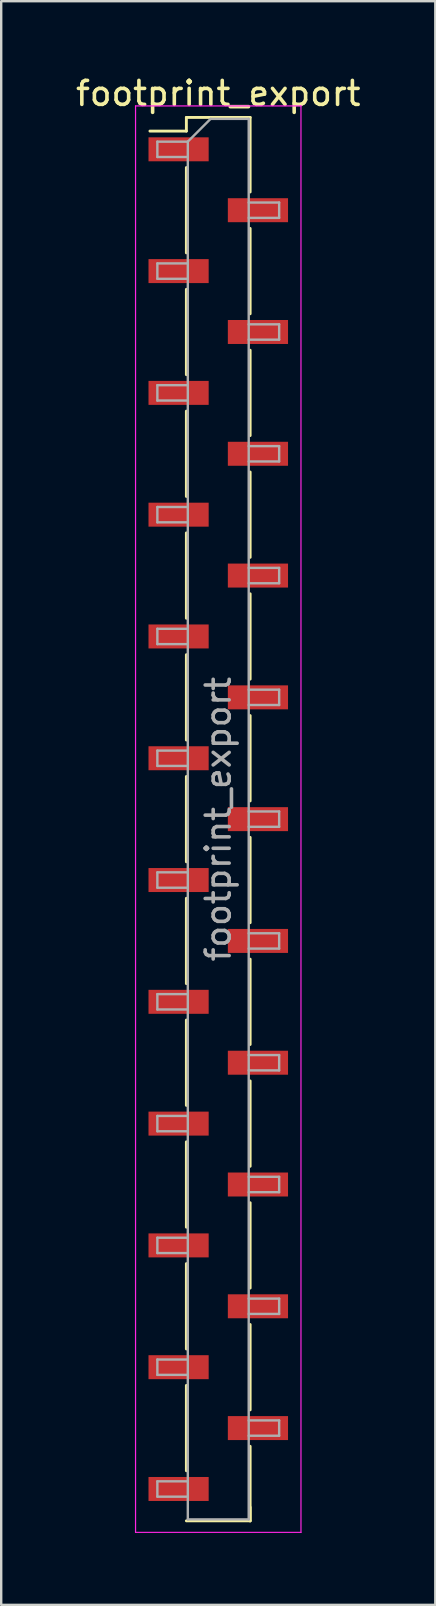
<source format=kicad_pcb>
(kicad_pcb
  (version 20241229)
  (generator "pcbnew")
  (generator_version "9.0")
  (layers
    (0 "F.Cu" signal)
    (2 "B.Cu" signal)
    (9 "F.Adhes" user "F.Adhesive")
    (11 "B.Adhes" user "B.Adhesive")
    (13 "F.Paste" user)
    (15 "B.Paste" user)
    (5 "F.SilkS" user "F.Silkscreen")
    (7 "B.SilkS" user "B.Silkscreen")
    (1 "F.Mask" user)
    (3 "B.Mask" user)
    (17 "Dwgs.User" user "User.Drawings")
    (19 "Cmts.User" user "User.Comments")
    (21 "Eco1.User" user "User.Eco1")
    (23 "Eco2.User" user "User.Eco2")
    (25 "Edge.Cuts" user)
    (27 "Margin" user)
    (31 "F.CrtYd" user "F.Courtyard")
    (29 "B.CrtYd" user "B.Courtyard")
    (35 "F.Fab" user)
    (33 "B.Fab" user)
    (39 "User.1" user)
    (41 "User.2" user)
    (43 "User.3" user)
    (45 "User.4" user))
  (footprint "footprint_export"
    (layer "F.Cu")
    (at 6.054 31.118)
    (property "Reference" "footprint_export" (at 0 -30.27 0) (layer "F.SilkS") (effects (font (size 1 1) (thickness 0.15))))
    (attr smd)
    (fp_line (start -1.33 -29.27) (end -1.33 -28.7) (stroke (width 0.12) (type solid)) (layer "F.SilkS"))
    (fp_line (start -1.33 -29.27) (end 1.33 -29.27) (stroke (width 0.12) (type solid)) (layer "F.SilkS"))
    (fp_line (start -1.33 -28.7) (end -2.85 -28.7) (stroke (width 0.12) (type solid)) (layer "F.SilkS"))
    (fp_line (start -1.33 -27.18) (end -1.33 -23.62) (stroke (width 0.12) (type solid)) (layer "F.SilkS"))
    (fp_line (start -1.33 -22.1) (end -1.33 -18.54) (stroke (width 0.12) (type solid)) (layer "F.SilkS"))
    (fp_line (start -1.33 -17.02) (end -1.33 -13.46) (stroke (width 0.12) (type solid)) (layer "F.SilkS"))
    (fp_line (start -1.33 -11.94) (end -1.33 -8.38) (stroke (width 0.12) (type solid)) (layer "F.SilkS"))
    (fp_line (start -1.33 -6.86) (end -1.33 -3.3) (stroke (width 0.12) (type solid)) (layer "F.SilkS"))
    (fp_line (start -1.33 -1.78) (end -1.33 1.78) (stroke (width 0.12) (type solid)) (layer "F.SilkS"))
    (fp_line (start -1.33 3.3) (end -1.33 6.86) (stroke (width 0.12) (type solid)) (layer "F.SilkS"))
    (fp_line (start -1.33 8.38) (end -1.33 11.94) (stroke (width 0.12) (type solid)) (layer "F.SilkS"))
    (fp_line (start -1.33 13.46) (end -1.33 17.02) (stroke (width 0.12) (type solid)) (layer "F.SilkS"))
    (fp_line (start -1.33 18.54) (end -1.33 22.1) (stroke (width 0.12) (type solid)) (layer "F.SilkS"))
    (fp_line (start -1.33 23.62) (end -1.33 27.18) (stroke (width 0.12) (type solid)) (layer "F.SilkS"))
    (fp_line (start -1.33 29.27) (end 1.33 29.27) (stroke (width 0.12) (type solid)) (layer "F.SilkS"))
    (fp_line (start 1.33 -29.27) (end 1.33 -26.16) (stroke (width 0.12) (type solid)) (layer "F.SilkS"))
    (fp_line (start 1.33 -24.64) (end 1.33 -21.08) (stroke (width 0.12) (type solid)) (layer "F.SilkS"))
    (fp_line (start 1.33 -19.56) (end 1.33 -16) (stroke (width 0.12) (type solid)) (layer "F.SilkS"))
    (fp_line (start 1.33 -14.48) (end 1.33 -10.92) (stroke (width 0.12) (type solid)) (layer "F.SilkS"))
    (fp_line (start 1.33 -9.4) (end 1.33 -5.84) (stroke (width 0.12) (type solid)) (layer "F.SilkS"))
    (fp_line (start 1.33 -4.32) (end 1.33 -0.76) (stroke (width 0.12) (type solid)) (layer "F.SilkS"))
    (fp_line (start 1.33 0.76) (end 1.33 4.32) (stroke (width 0.12) (type solid)) (layer "F.SilkS"))
    (fp_line (start 1.33 5.84) (end 1.33 9.4) (stroke (width 0.12) (type solid)) (layer "F.SilkS"))
    (fp_line (start 1.33 10.92) (end 1.33 14.48) (stroke (width 0.12) (type solid)) (layer "F.SilkS"))
    (fp_line (start 1.33 16) (end 1.33 19.56) (stroke (width 0.12) (type solid)) (layer "F.SilkS"))
    (fp_line (start 1.33 21.08) (end 1.33 24.64) (stroke (width 0.12) (type solid)) (layer "F.SilkS"))
    (fp_line (start 1.33 26.16) (end 1.33 29.27) (stroke (width 0.12) (type solid)) (layer "F.SilkS"))
    (fp_line (start 1.33 28.7) (end 1.33 29.27) (stroke (width 0.12) (type solid)) (layer "F.SilkS"))
    (fp_line (start -3.45 -29.75) (end -3.45 29.75) (stroke (width 0.05) (type solid)) (layer "F.CrtYd"))
    (fp_line (start -3.45 29.75) (end 3.45 29.75) (stroke (width 0.05) (type solid)) (layer "F.CrtYd"))
    (fp_line (start 3.45 -29.75) (end -3.45 -29.75) (stroke (width 0.05) (type solid)) (layer "F.CrtYd"))
    (fp_line (start 3.45 29.75) (end 3.45 -29.75) (stroke (width 0.05) (type solid)) (layer "F.CrtYd"))
    (fp_line (start -2.54 -28.26) (end -2.54 -27.62) (stroke (width 0.1) (type solid)) (layer "F.Fab"))
    (fp_line (start -2.54 -27.62) (end -1.27 -27.62) (stroke (width 0.1) (type solid)) (layer "F.Fab"))
    (fp_line (start -2.54 -23.18) (end -2.54 -22.54) (stroke (width 0.1) (type solid)) (layer "F.Fab"))
    (fp_line (start -2.54 -22.54) (end -1.27 -22.54) (stroke (width 0.1) (type solid)) (layer "F.Fab"))
    (fp_line (start -2.54 -18.1) (end -2.54 -17.46) (stroke (width 0.1) (type solid)) (layer "F.Fab"))
    (fp_line (start -2.54 -17.46) (end -1.27 -17.46) (stroke (width 0.1) (type solid)) (layer "F.Fab"))
    (fp_line (start -2.54 -13.02) (end -2.54 -12.38) (stroke (width 0.1) (type solid)) (layer "F.Fab"))
    (fp_line (start -2.54 -12.38) (end -1.27 -12.38) (stroke (width 0.1) (type solid)) (layer "F.Fab"))
    (fp_line (start -2.54 -7.94) (end -2.54 -7.3) (stroke (width 0.1) (type solid)) (layer "F.Fab"))
    (fp_line (start -2.54 -7.3) (end -1.27 -7.3) (stroke (width 0.1) (type solid)) (layer "F.Fab"))
    (fp_line (start -2.54 -2.86) (end -2.54 -2.22) (stroke (width 0.1) (type solid)) (layer "F.Fab"))
    (fp_line (start -2.54 -2.22) (end -1.27 -2.22) (stroke (width 0.1) (type solid)) (layer "F.Fab"))
    (fp_line (start -2.54 2.22) (end -2.54 2.86) (stroke (width 0.1) (type solid)) (layer "F.Fab"))
    (fp_line (start -2.54 2.86) (end -1.27 2.86) (stroke (width 0.1) (type solid)) (layer "F.Fab"))
    (fp_line (start -2.54 7.3) (end -2.54 7.94) (stroke (width 0.1) (type solid)) (layer "F.Fab"))
    (fp_line (start -2.54 7.94) (end -1.27 7.94) (stroke (width 0.1) (type solid)) (layer "F.Fab"))
    (fp_line (start -2.54 12.38) (end -2.54 13.02) (stroke (width 0.1) (type solid)) (layer "F.Fab"))
    (fp_line (start -2.54 13.02) (end -1.27 13.02) (stroke (width 0.1) (type solid)) (layer "F.Fab"))
    (fp_line (start -2.54 17.46) (end -2.54 18.1) (stroke (width 0.1) (type solid)) (layer "F.Fab"))
    (fp_line (start -2.54 18.1) (end -1.27 18.1) (stroke (width 0.1) (type solid)) (layer "F.Fab"))
    (fp_line (start -2.54 22.54) (end -2.54 23.18) (stroke (width 0.1) (type solid)) (layer "F.Fab"))
    (fp_line (start -2.54 23.18) (end -1.27 23.18) (stroke (width 0.1) (type solid)) (layer "F.Fab"))
    (fp_line (start -2.54 27.62) (end -2.54 28.26) (stroke (width 0.1) (type solid)) (layer "F.Fab"))
    (fp_line (start -2.54 28.26) (end -1.27 28.26) (stroke (width 0.1) (type solid)) (layer "F.Fab"))
    (fp_line (start -1.27 -28.26) (end -2.54 -28.26) (stroke (width 0.1) (type solid)) (layer "F.Fab"))
    (fp_line (start -1.27 -28.26) (end -0.32 -29.21) (stroke (width 0.1) (type solid)) (layer "F.Fab"))
    (fp_line (start -1.27 -23.18) (end -2.54 -23.18) (stroke (width 0.1) (type solid)) (layer "F.Fab"))
    (fp_line (start -1.27 -18.1) (end -2.54 -18.1) (stroke (width 0.1) (type solid)) (layer "F.Fab"))
    (fp_line (start -1.27 -13.02) (end -2.54 -13.02) (stroke (width 0.1) (type solid)) (layer "F.Fab"))
    (fp_line (start -1.27 -7.94) (end -2.54 -7.94) (stroke (width 0.1) (type solid)) (layer "F.Fab"))
    (fp_line (start -1.27 -2.86) (end -2.54 -2.86) (stroke (width 0.1) (type solid)) (layer "F.Fab"))
    (fp_line (start -1.27 2.22) (end -2.54 2.22) (stroke (width 0.1) (type solid)) (layer "F.Fab"))
    (fp_line (start -1.27 7.3) (end -2.54 7.3) (stroke (width 0.1) (type solid)) (layer "F.Fab"))
    (fp_line (start -1.27 12.38) (end -2.54 12.38) (stroke (width 0.1) (type solid)) (layer "F.Fab"))
    (fp_line (start -1.27 17.46) (end -2.54 17.46) (stroke (width 0.1) (type solid)) (layer "F.Fab"))
    (fp_line (start -1.27 22.54) (end -2.54 22.54) (stroke (width 0.1) (type solid)) (layer "F.Fab"))
    (fp_line (start -1.27 27.62) (end -2.54 27.62) (stroke (width 0.1) (type solid)) (layer "F.Fab"))
    (fp_line (start -1.27 29.21) (end -1.27 -28.26) (stroke (width 0.1) (type solid)) (layer "F.Fab"))
    (fp_line (start -0.32 -29.21) (end 1.27 -29.21) (stroke (width 0.1) (type solid)) (layer "F.Fab"))
    (fp_line (start 1.27 -29.21) (end 1.27 29.21) (stroke (width 0.1) (type solid)) (layer "F.Fab"))
    (fp_line (start 1.27 -25.72) (end 2.54 -25.72) (stroke (width 0.1) (type solid)) (layer "F.Fab"))
    (fp_line (start 1.27 -20.64) (end 2.54 -20.64) (stroke (width 0.1) (type solid)) (layer "F.Fab"))
    (fp_line (start 1.27 -15.56) (end 2.54 -15.56) (stroke (width 0.1) (type solid)) (layer "F.Fab"))
    (fp_line (start 1.27 -10.48) (end 2.54 -10.48) (stroke (width 0.1) (type solid)) (layer "F.Fab"))
    (fp_line (start 1.27 -5.4) (end 2.54 -5.4) (stroke (width 0.1) (type solid)) (layer "F.Fab"))
    (fp_line (start 1.27 -0.32) (end 2.54 -0.32) (stroke (width 0.1) (type solid)) (layer "F.Fab"))
    (fp_line (start 1.27 4.76) (end 2.54 4.76) (stroke (width 0.1) (type solid)) (layer "F.Fab"))
    (fp_line (start 1.27 9.84) (end 2.54 9.84) (stroke (width 0.1) (type solid)) (layer "F.Fab"))
    (fp_line (start 1.27 14.92) (end 2.54 14.92) (stroke (width 0.1) (type solid)) (layer "F.Fab"))
    (fp_line (start 1.27 20) (end 2.54 20) (stroke (width 0.1) (type solid)) (layer "F.Fab"))
    (fp_line (start 1.27 25.08) (end 2.54 25.08) (stroke (width 0.1) (type solid)) (layer "F.Fab"))
    (fp_line (start 1.27 29.21) (end -1.27 29.21) (stroke (width 0.1) (type solid)) (layer "F.Fab"))
    (fp_line (start 2.54 -25.72) (end 2.54 -25.08) (stroke (width 0.1) (type solid)) (layer "F.Fab"))
    (fp_line (start 2.54 -25.08) (end 1.27 -25.08) (stroke (width 0.1) (type solid)) (layer "F.Fab"))
    (fp_line (start 2.54 -20.64) (end 2.54 -20) (stroke (width 0.1) (type solid)) (layer "F.Fab"))
    (fp_line (start 2.54 -20) (end 1.27 -20) (stroke (width 0.1) (type solid)) (layer "F.Fab"))
    (fp_line (start 2.54 -15.56) (end 2.54 -14.92) (stroke (width 0.1) (type solid)) (layer "F.Fab"))
    (fp_line (start 2.54 -14.92) (end 1.27 -14.92) (stroke (width 0.1) (type solid)) (layer "F.Fab"))
    (fp_line (start 2.54 -10.48) (end 2.54 -9.84) (stroke (width 0.1) (type solid)) (layer "F.Fab"))
    (fp_line (start 2.54 -9.84) (end 1.27 -9.84) (stroke (width 0.1) (type solid)) (layer "F.Fab"))
    (fp_line (start 2.54 -5.4) (end 2.54 -4.76) (stroke (width 0.1) (type solid)) (layer "F.Fab"))
    (fp_line (start 2.54 -4.76) (end 1.27 -4.76) (stroke (width 0.1) (type solid)) (layer "F.Fab"))
    (fp_line (start 2.54 -0.32) (end 2.54 0.32) (stroke (width 0.1) (type solid)) (layer "F.Fab"))
    (fp_line (start 2.54 0.32) (end 1.27 0.32) (stroke (width 0.1) (type solid)) (layer "F.Fab"))
    (fp_line (start 2.54 4.76) (end 2.54 5.4) (stroke (width 0.1) (type solid)) (layer "F.Fab"))
    (fp_line (start 2.54 5.4) (end 1.27 5.4) (stroke (width 0.1) (type solid)) (layer "F.Fab"))
    (fp_line (start 2.54 9.84) (end 2.54 10.48) (stroke (width 0.1) (type solid)) (layer "F.Fab"))
    (fp_line (start 2.54 10.48) (end 1.27 10.48) (stroke (width 0.1) (type solid)) (layer "F.Fab"))
    (fp_line (start 2.54 14.92) (end 2.54 15.56) (stroke (width 0.1) (type solid)) (layer "F.Fab"))
    (fp_line (start 2.54 15.56) (end 1.27 15.56) (stroke (width 0.1) (type solid)) (layer "F.Fab"))
    (fp_line (start 2.54 20) (end 2.54 20.64) (stroke (width 0.1) (type solid)) (layer "F.Fab"))
    (fp_line (start 2.54 20.64) (end 1.27 20.64) (stroke (width 0.1) (type solid)) (layer "F.Fab"))
    (fp_line (start 2.54 25.08) (end 2.54 25.72) (stroke (width 0.1) (type solid)) (layer "F.Fab"))
    (fp_line (start 2.54 25.72) (end 1.27 25.72) (stroke (width 0.1) (type solid)) (layer "F.Fab"))
    (fp_text user "${REFERENCE}" (at 0 0 90) (layer "F.Fab") (effects (font (size 1 1) (thickness 0.15))))
    (pad "1" smd rect (at -1.655 -27.94) (size 2.51 1) (layers "F.Cu" "F.Mask" "F.Paste"))
    (pad "2" smd rect (at 1.655 -25.4) (size 2.51 1) (layers "F.Cu" "F.Mask" "F.Paste"))
    (pad "3" smd rect (at -1.655 -22.86) (size 2.51 1) (layers "F.Cu" "F.Mask" "F.Paste"))
    (pad "4" smd rect (at 1.655 -20.32) (size 2.51 1) (layers "F.Cu" "F.Mask" "F.Paste"))
    (pad "5" smd rect (at -1.655 -17.78) (size 2.51 1) (layers "F.Cu" "F.Mask" "F.Paste"))
    (pad "6" smd rect (at 1.655 -15.24) (size 2.51 1) (layers "F.Cu" "F.Mask" "F.Paste"))
    (pad "7" smd rect (at -1.655 -12.7) (size 2.51 1) (layers "F.Cu" "F.Mask" "F.Paste"))
    (pad "8" smd rect (at 1.655 -10.16) (size 2.51 1) (layers "F.Cu" "F.Mask" "F.Paste"))
    (pad "9" smd rect (at -1.655 -7.62) (size 2.51 1) (layers "F.Cu" "F.Mask" "F.Paste"))
    (pad "10" smd rect (at 1.655 -5.08) (size 2.51 1) (layers "F.Cu" "F.Mask" "F.Paste"))
    (pad "11" smd rect (at -1.655 -2.54) (size 2.51 1) (layers "F.Cu" "F.Mask" "F.Paste"))
    (pad "12" smd rect (at 1.655 0) (size 2.51 1) (layers "F.Cu" "F.Mask" "F.Paste"))
    (pad "13" smd rect (at -1.655 2.54) (size 2.51 1) (layers "F.Cu" "F.Mask" "F.Paste"))
    (pad "14" smd rect (at 1.655 5.08) (size 2.51 1) (layers "F.Cu" "F.Mask" "F.Paste"))
    (pad "15" smd rect (at -1.655 7.62) (size 2.51 1) (layers "F.Cu" "F.Mask" "F.Paste"))
    (pad "16" smd rect (at 1.655 10.16) (size 2.51 1) (layers "F.Cu" "F.Mask" "F.Paste"))
    (pad "17" smd rect (at -1.655 12.7) (size 2.51 1) (layers "F.Cu" "F.Mask" "F.Paste"))
    (pad "18" smd rect (at 1.655 15.24) (size 2.51 1) (layers "F.Cu" "F.Mask" "F.Paste"))
    (pad "19" smd rect (at -1.655 17.78) (size 2.51 1) (layers "F.Cu" "F.Mask" "F.Paste"))
    (pad "20" smd rect (at 1.655 20.32) (size 2.51 1) (layers "F.Cu" "F.Mask" "F.Paste"))
    (pad "21" smd rect (at -1.655 22.86) (size 2.51 1) (layers "F.Cu" "F.Mask" "F.Paste"))
    (pad "22" smd rect (at 1.655 25.4) (size 2.51 1) (layers "F.Cu" "F.Mask" "F.Paste"))
    (pad "23" smd rect (at -1.655 27.94) (size 2.51 1) (layers "F.Cu" "F.Mask" "F.Paste")))
  (gr_rect
    (start -3 -3)
    (end 15.107 63.893)
    (stroke (width 0.1) (type default))
    (fill no)
    (layer "Edge.Cuts")))
</source>
